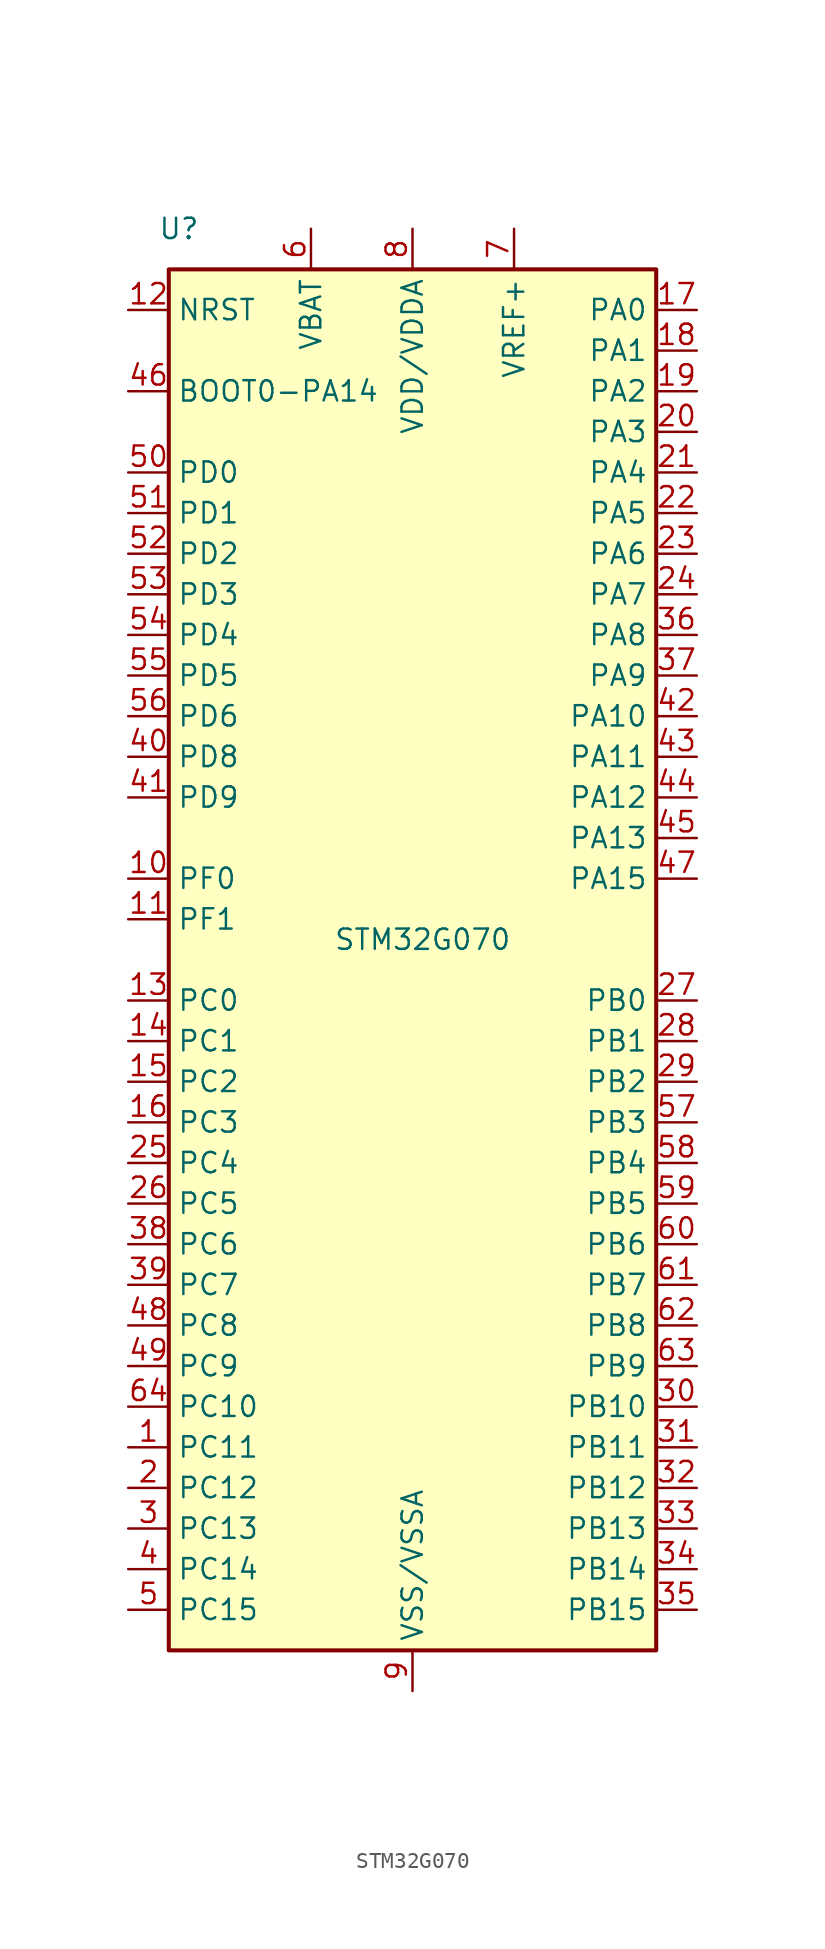
<source format=kicad_sym>
(kicad_symbol_lib
  (version 20211014)
  (generator kicad_symbol_editor)
  (symbol "STM32G070"
    (property "Reference" "U"
      (at -14.605 45.085 0)
      (effects (font (size 1.27 1.27))))
    (property "Value" "STM32G070"
      (at 0.635 0.635 0)
      (effects (font (size 1.27 1.27))))
    (symbol "STM32G070_0_1"
      (rectangle (start -15.24 -43.815) (end 15.24 42.545) (stroke (width 0.254) (type default) (color 0 0 0 0)) (fill (type background))))
    (symbol "STM32G070_1_1"
      (pin bidirectional line (at -17.78 -31.115 0) (length 2.54) (name "PC11" (effects (font (size 1.27 1.27)))) (number "1" (effects (font (size 1.27 1.27)))))
      (pin input line (at -17.78 4.445 0) (length 2.54) (name "PF0" (effects (font (size 1.27 1.27)))) (number "10" (effects (font (size 1.27 1.27)))))
      (pin input line (at -17.78 1.905 0) (length 2.54) (name "PF1" (effects (font (size 1.27 1.27)))) (number "11" (effects (font (size 1.27 1.27)))))
      (pin input line (at -17.78 40.005 0) (length 2.54) (name "NRST" (effects (font (size 1.27 1.27)))) (number "12" (effects (font (size 1.27 1.27)))))
      (pin bidirectional line (at -17.78 -3.175 0) (length 2.54) (name "PC0" (effects (font (size 1.27 1.27)))) (number "13" (effects (font (size 1.27 1.27)))))
      (pin bidirectional line (at -17.78 -5.715 0) (length 2.54) (name "PC1" (effects (font (size 1.27 1.27)))) (number "14" (effects (font (size 1.27 1.27)))))
      (pin bidirectional line (at -17.78 -8.255 0) (length 2.54) (name "PC2" (effects (font (size 1.27 1.27)))) (number "15" (effects (font (size 1.27 1.27)))))
      (pin bidirectional line (at -17.78 -10.795 0) (length 2.54) (name "PC3" (effects (font (size 1.27 1.27)))) (number "16" (effects (font (size 1.27 1.27)))))
      (pin bidirectional line (at 17.78 40.005 180) (length 2.54) (name "PA0" (effects (font (size 1.27 1.27)))) (number "17" (effects (font (size 1.27 1.27)))))
      (pin bidirectional line (at 17.78 37.465 180) (length 2.54) (name "PA1" (effects (font (size 1.27 1.27)))) (number "18" (effects (font (size 1.27 1.27)))))
      (pin bidirectional line (at 17.78 34.925 180) (length 2.54) (name "PA2" (effects (font (size 1.27 1.27)))) (number "19" (effects (font (size 1.27 1.27)))))
      (pin bidirectional line (at -17.78 -33.655 0) (length 2.54) (name "PC12" (effects (font (size 1.27 1.27)))) (number "2" (effects (font (size 1.27 1.27)))))
      (pin bidirectional line (at 17.78 32.385 180) (length 2.54) (name "PA3" (effects (font (size 1.27 1.27)))) (number "20" (effects (font (size 1.27 1.27)))))
      (pin bidirectional line (at 17.78 29.845 180) (length 2.54) (name "PA4" (effects (font (size 1.27 1.27)))) (number "21" (effects (font (size 1.27 1.27)))))
      (pin bidirectional line (at 17.78 27.305 180) (length 2.54) (name "PA5" (effects (font (size 1.27 1.27)))) (number "22" (effects (font (size 1.27 1.27)))))
      (pin bidirectional line (at 17.78 24.765 180) (length 2.54) (name "PA6" (effects (font (size 1.27 1.27)))) (number "23" (effects (font (size 1.27 1.27)))))
      (pin bidirectional line (at 17.78 22.225 180) (length 2.54) (name "PA7" (effects (font (size 1.27 1.27)))) (number "24" (effects (font (size 1.27 1.27)))))
      (pin bidirectional line (at -17.78 -13.335 0) (length 2.54) (name "PC4" (effects (font (size 1.27 1.27)))) (number "25" (effects (font (size 1.27 1.27)))))
      (pin bidirectional line (at -17.78 -15.875 0) (length 2.54) (name "PC5" (effects (font (size 1.27 1.27)))) (number "26" (effects (font (size 1.27 1.27)))))
      (pin bidirectional line (at 17.78 -3.175 180) (length 2.54) (name "PB0" (effects (font (size 1.27 1.27)))) (number "27" (effects (font (size 1.27 1.27)))))
      (pin bidirectional line (at 17.78 -5.715 180) (length 2.54) (name "PB1" (effects (font (size 1.27 1.27)))) (number "28" (effects (font (size 1.27 1.27)))))
      (pin bidirectional line (at 17.78 -8.255 180) (length 2.54) (name "PB2" (effects (font (size 1.27 1.27)))) (number "29" (effects (font (size 1.27 1.27)))))
      (pin bidirectional line (at -17.78 -36.195 0) (length 2.54) (name "PC13" (effects (font (size 1.27 1.27)))) (number "3" (effects (font (size 1.27 1.27)))))
      (pin bidirectional line (at 17.78 -28.575 180) (length 2.54) (name "PB10" (effects (font (size 1.27 1.27)))) (number "30" (effects (font (size 1.27 1.27)))))
      (pin bidirectional line (at 17.78 -31.115 180) (length 2.54) (name "PB11" (effects (font (size 1.27 1.27)))) (number "31" (effects (font (size 1.27 1.27)))))
      (pin bidirectional line (at 17.78 -33.655 180) (length 2.54) (name "PB12" (effects (font (size 1.27 1.27)))) (number "32" (effects (font (size 1.27 1.27)))))
      (pin bidirectional line (at 17.78 -36.195 180) (length 2.54) (name "PB13" (effects (font (size 1.27 1.27)))) (number "33" (effects (font (size 1.27 1.27)))))
      (pin bidirectional line (at 17.78 -38.735 180) (length 2.54) (name "PB14" (effects (font (size 1.27 1.27)))) (number "34" (effects (font (size 1.27 1.27)))))
      (pin bidirectional line (at 17.78 -41.275 180) (length 2.54) (name "PB15" (effects (font (size 1.27 1.27)))) (number "35" (effects (font (size 1.27 1.27)))))
      (pin bidirectional line (at 17.78 19.685 180) (length 2.54) (name "PA8" (effects (font (size 1.27 1.27)))) (number "36" (effects (font (size 1.27 1.27)))))
      (pin bidirectional line (at 17.78 17.145 180) (length 2.54) (name "PA9" (effects (font (size 1.27 1.27)))) (number "37" (effects (font (size 1.27 1.27)))))
      (pin bidirectional line (at -17.78 -18.415 0) (length 2.54) (name "PC6" (effects (font (size 1.27 1.27)))) (number "38" (effects (font (size 1.27 1.27)))))
      (pin bidirectional line (at -17.78 -20.955 0) (length 2.54) (name "PC7" (effects (font (size 1.27 1.27)))) (number "39" (effects (font (size 1.27 1.27)))))
      (pin bidirectional line (at -17.78 -38.735 0) (length 2.54) (name "PC14" (effects (font (size 1.27 1.27)))) (number "4" (effects (font (size 1.27 1.27)))))
      (pin bidirectional line (at -17.78 12.065 0) (length 2.54) (name "PD8" (effects (font (size 1.27 1.27)))) (number "40" (effects (font (size 1.27 1.27)))))
      (pin bidirectional line (at -17.78 9.525 0) (length 2.54) (name "PD9" (effects (font (size 1.27 1.27)))) (number "41" (effects (font (size 1.27 1.27)))))
      (pin bidirectional line (at 17.78 14.605 180) (length 2.54) (name "PA10" (effects (font (size 1.27 1.27)))) (number "42" (effects (font (size 1.27 1.27)))))
      (pin bidirectional line (at 17.78 12.065 180) (length 2.54) (name "PA11" (effects (font (size 1.27 1.27)))) (number "43" (effects (font (size 1.27 1.27)))))
      (pin bidirectional line (at 17.78 9.525 180) (length 2.54) (name "PA12" (effects (font (size 1.27 1.27)))) (number "44" (effects (font (size 1.27 1.27)))))
      (pin bidirectional line (at 17.78 6.985 180) (length 2.54) (name "PA13" (effects (font (size 1.27 1.27)))) (number "45" (effects (font (size 1.27 1.27)))))
      (pin input line (at -17.78 34.925 0) (length 2.54) (name "BOOT0-PA14" (effects (font (size 1.27 1.27)))) (number "46" (effects (font (size 1.27 1.27)))))
      (pin bidirectional line (at 17.78 4.445 180) (length 2.54) (name "PA15" (effects (font (size 1.27 1.27)))) (number "47" (effects (font (size 1.27 1.27)))))
      (pin bidirectional line (at -17.78 -23.495 0) (length 2.54) (name "PC8" (effects (font (size 1.27 1.27)))) (number "48" (effects (font (size 1.27 1.27)))))
      (pin bidirectional line (at -17.78 -26.035 0) (length 2.54) (name "PC9" (effects (font (size 1.27 1.27)))) (number "49" (effects (font (size 1.27 1.27)))))
      (pin bidirectional line (at -17.78 -41.275 0) (length 2.54) (name "PC15" (effects (font (size 1.27 1.27)))) (number "5" (effects (font (size 1.27 1.27)))))
      (pin bidirectional line (at -17.78 29.845 0) (length 2.54) (name "PD0" (effects (font (size 1.27 1.27)))) (number "50" (effects (font (size 1.27 1.27)))))
      (pin bidirectional line (at -17.78 27.305 0) (length 2.54) (name "PD1" (effects (font (size 1.27 1.27)))) (number "51" (effects (font (size 1.27 1.27)))))
      (pin bidirectional line (at -17.78 24.765 0) (length 2.54) (name "PD2" (effects (font (size 1.27 1.27)))) (number "52" (effects (font (size 1.27 1.27)))))
      (pin bidirectional line (at -17.78 22.225 0) (length 2.54) (name "PD3" (effects (font (size 1.27 1.27)))) (number "53" (effects (font (size 1.27 1.27)))))
      (pin bidirectional line (at -17.78 19.685 0) (length 2.54) (name "PD4" (effects (font (size 1.27 1.27)))) (number "54" (effects (font (size 1.27 1.27)))))
      (pin bidirectional line (at -17.78 17.145 0) (length 2.54) (name "PD5" (effects (font (size 1.27 1.27)))) (number "55" (effects (font (size 1.27 1.27)))))
      (pin bidirectional line (at -17.78 14.605 0) (length 2.54) (name "PD6" (effects (font (size 1.27 1.27)))) (number "56" (effects (font (size 1.27 1.27)))))
      (pin bidirectional line (at 17.78 -10.795 180) (length 2.54) (name "PB3" (effects (font (size 1.27 1.27)))) (number "57" (effects (font (size 1.27 1.27)))))
      (pin bidirectional line (at 17.78 -13.335 180) (length 2.54) (name "PB4" (effects (font (size 1.27 1.27)))) (number "58" (effects (font (size 1.27 1.27)))))
      (pin bidirectional line (at 17.78 -15.875 180) (length 2.54) (name "PB5" (effects (font (size 1.27 1.27)))) (number "59" (effects (font (size 1.27 1.27)))))
      (pin power_in line (at -6.35 45.085 270) (length 2.54) (name "VBAT" (effects (font (size 1.27 1.27)))) (number "6" (effects (font (size 1.27 1.27)))))
      (pin bidirectional line (at 17.78 -18.415 180) (length 2.54) (name "PB6" (effects (font (size 1.27 1.27)))) (number "60" (effects (font (size 1.27 1.27)))))
      (pin bidirectional line (at 17.78 -20.955 180) (length 2.54) (name "PB7" (effects (font (size 1.27 1.27)))) (number "61" (effects (font (size 1.27 1.27)))))
      (pin bidirectional line (at 17.78 -23.495 180) (length 2.54) (name "PB8" (effects (font (size 1.27 1.27)))) (number "62" (effects (font (size 1.27 1.27)))))
      (pin bidirectional line (at 17.78 -26.035 180) (length 2.54) (name "PB9" (effects (font (size 1.27 1.27)))) (number "63" (effects (font (size 1.27 1.27)))))
      (pin bidirectional line (at -17.78 -28.575 0) (length 2.54) (name "PC10" (effects (font (size 1.27 1.27)))) (number "64" (effects (font (size 1.27 1.27)))))
      (pin power_in line (at 6.35 45.085 270) (length 2.54) (name "VREF+" (effects (font (size 1.27 1.27)))) (number "7" (effects (font (size 1.27 1.27)))))
      (pin bidirectional line (at 0 45.085 270) (length 2.54) (name "VDD/VDDA" (effects (font (size 1.27 1.27)))) (number "8" (effects (font (size 1.27 1.27)))))
      (pin power_in line (at 0 -46.355 90) (length 2.54) (name "VSS/VSSA" (effects (font (size 1.27 1.27)))) (number "9" (effects (font (size 1.27 1.27))))))))
</source>
